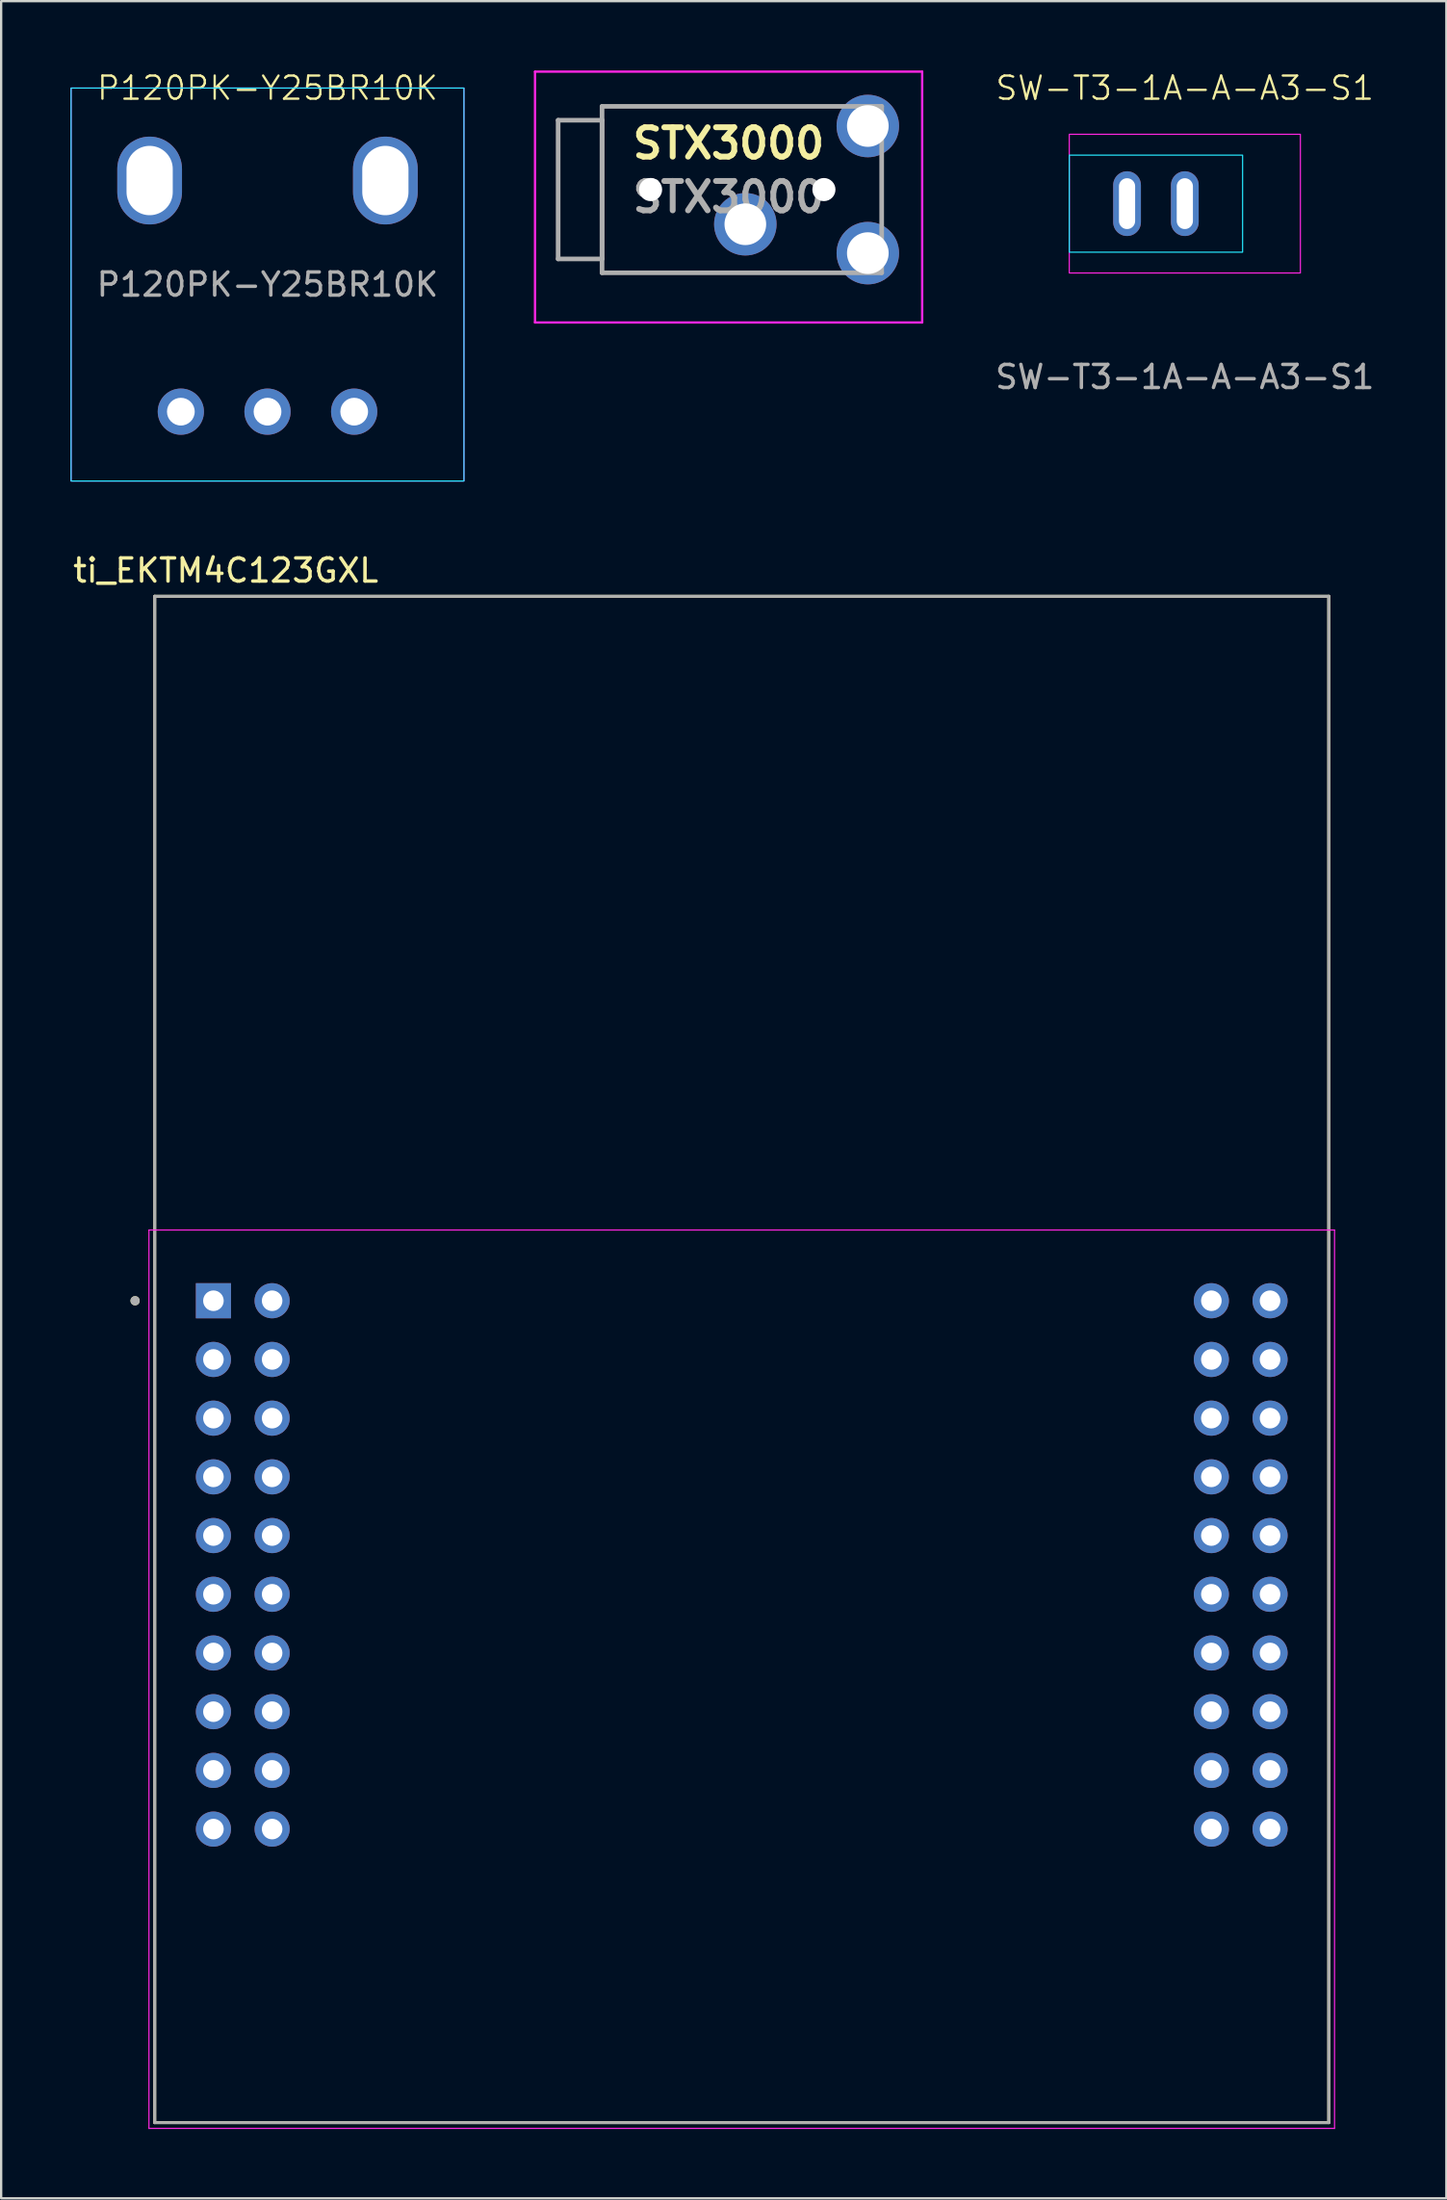
<source format=kicad_pcb>
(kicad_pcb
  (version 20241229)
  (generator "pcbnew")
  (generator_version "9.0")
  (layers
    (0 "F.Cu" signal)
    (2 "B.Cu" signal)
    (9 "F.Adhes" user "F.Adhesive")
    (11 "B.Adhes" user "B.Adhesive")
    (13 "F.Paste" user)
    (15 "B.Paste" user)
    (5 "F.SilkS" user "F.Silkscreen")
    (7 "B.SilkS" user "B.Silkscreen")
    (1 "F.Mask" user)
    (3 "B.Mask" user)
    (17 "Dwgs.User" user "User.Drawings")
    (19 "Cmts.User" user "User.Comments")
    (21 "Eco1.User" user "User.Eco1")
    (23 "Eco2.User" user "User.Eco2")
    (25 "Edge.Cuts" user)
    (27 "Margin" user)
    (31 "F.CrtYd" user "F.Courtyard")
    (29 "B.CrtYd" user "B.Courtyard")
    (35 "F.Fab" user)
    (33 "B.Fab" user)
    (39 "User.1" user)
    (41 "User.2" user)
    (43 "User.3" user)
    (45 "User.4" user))
  (footprint "ti_EKTM4C123GXL"
    (layer "F.Cu")
    (at 29.045 55.769)
    (property "Reference" "ti_EKTM4C123GXL" (at -22.325 -34.135 0) (layer "F.SilkS") (effects (font (size 1 1) (thickness 0.15))))
    (attr through_hole)
    (fp_line (start -25.4 -33.02) (end -25.4 33.02) (stroke (width 0.127) (type solid)) (layer "F.SilkS"))
    (fp_line (start -25.4 33.02) (end 25.4 33.02) (stroke (width 0.127) (type solid)) (layer "F.SilkS"))
    (fp_line (start 25.4 -33.02) (end -25.4 -33.02) (stroke (width 0.127) (type solid)) (layer "F.SilkS"))
    (fp_line (start 25.4 33.02) (end 25.4 -33.02) (stroke (width 0.127) (type solid)) (layer "F.SilkS"))
    (fp_circle (center -26.25 -2.54) (end -26.15 -2.54) (stroke (width 0.2) (type solid)) (fill no) (layer "F.SilkS"))
    (fp_line (start -25.65 -5.6) (end 25.65 -5.6) (stroke (width 0.05) (type solid)) (layer "F.CrtYd"))
    (fp_line (start -25.65 33.27) (end -25.65 -5.6) (stroke (width 0.05) (type solid)) (layer "F.CrtYd"))
    (fp_line (start 25.65 -5.6) (end 25.65 33.27) (stroke (width 0.05) (type solid)) (layer "F.CrtYd"))
    (fp_line (start 25.65 33.27) (end -25.65 33.27) (stroke (width 0.05) (type solid)) (layer "F.CrtYd"))
    (fp_line (start -25.4 -33.02) (end -25.4 33.02) (stroke (width 0.127) (type solid)) (layer "F.Fab"))
    (fp_line (start -25.4 33.02) (end 25.4 33.02) (stroke (width 0.127) (type solid)) (layer "F.Fab"))
    (fp_line (start 25.4 -33.02) (end -25.4 -33.02) (stroke (width 0.127) (type solid)) (layer "F.Fab"))
    (fp_line (start 25.4 33.02) (end 25.4 -33.02) (stroke (width 0.127) (type solid)) (layer "F.Fab"))
    (fp_circle (center -26.25 -2.54) (end -26.15 -2.54) (stroke (width 0.2) (type solid)) (fill no) (layer "F.Fab"))
    (pad "J1_1" thru_hole rect (at -22.86 -2.54) (size 1.52 1.52) (drill 0.89) (layers "*.Cu" "*.Mask"))
    (pad "J1_2" thru_hole circle (at -22.86 0) (size 1.52 1.52) (drill 0.89) (layers "*.Cu" "*.Mask"))
    (pad "J1_3" thru_hole circle (at -22.86 2.54) (size 1.52 1.52) (drill 0.89) (layers "*.Cu" "*.Mask"))
    (pad "J1_4" thru_hole circle (at -22.86 5.08) (size 1.52 1.52) (drill 0.89) (layers "*.Cu" "*.Mask"))
    (pad "J1_5" thru_hole circle (at -22.86 7.62) (size 1.52 1.52) (drill 0.89) (layers "*.Cu" "*.Mask"))
    (pad "J1_6" thru_hole circle (at -22.86 10.16) (size 1.52 1.52) (drill 0.89) (layers "*.Cu" "*.Mask"))
    (pad "J1_7" thru_hole circle (at -22.86 12.7) (size 1.52 1.52) (drill 0.89) (layers "*.Cu" "*.Mask"))
    (pad "J1_8" thru_hole circle (at -22.86 15.24) (size 1.52 1.52) (drill 0.89) (layers "*.Cu" "*.Mask"))
    (pad "J1_9" thru_hole circle (at -22.86 17.78) (size 1.52 1.52) (drill 0.89) (layers "*.Cu" "*.Mask"))
    (pad "J1_10" thru_hole circle (at -22.86 20.32) (size 1.52 1.52) (drill 0.89) (layers "*.Cu" "*.Mask"))
    (pad "J2_1" thru_hole circle (at 22.86 -2.54) (size 1.52 1.52) (drill 0.89) (layers "*.Cu" "*.Mask"))
    (pad "J2_2" thru_hole circle (at 22.86 0) (size 1.52 1.52) (drill 0.89) (layers "*.Cu" "*.Mask"))
    (pad "J2_3" thru_hole circle (at 22.86 2.54) (size 1.52 1.52) (drill 0.89) (layers "*.Cu" "*.Mask"))
    (pad "J2_4" thru_hole circle (at 22.86 5.08) (size 1.52 1.52) (drill 0.89) (layers "*.Cu" "*.Mask"))
    (pad "J2_5" thru_hole circle (at 22.86 7.62) (size 1.52 1.52) (drill 0.89) (layers "*.Cu" "*.Mask"))
    (pad "J2_6" thru_hole circle (at 22.86 10.16) (size 1.52 1.52) (drill 0.89) (layers "*.Cu" "*.Mask"))
    (pad "J2_7" thru_hole circle (at 22.86 12.7) (size 1.52 1.52) (drill 0.89) (layers "*.Cu" "*.Mask"))
    (pad "J2_8" thru_hole circle (at 22.86 15.24) (size 1.52 1.52) (drill 0.89) (layers "*.Cu" "*.Mask"))
    (pad "J2_9" thru_hole circle (at 22.86 17.78) (size 1.52 1.52) (drill 0.89) (layers "*.Cu" "*.Mask"))
    (pad "J2_10" thru_hole circle (at 22.86 20.32) (size 1.52 1.52) (drill 0.89) (layers "*.Cu" "*.Mask"))
    (pad "J3_1" thru_hole circle (at -20.32 -2.54) (size 1.52 1.52) (drill 0.89) (layers "*.Cu" "*.Mask"))
    (pad "J3_2" thru_hole circle (at -20.32 0) (size 1.52 1.52) (drill 0.89) (layers "*.Cu" "*.Mask"))
    (pad "J3_3" thru_hole circle (at -20.32 2.54) (size 1.52 1.52) (drill 0.89) (layers "*.Cu" "*.Mask"))
    (pad "J3_4" thru_hole circle (at -20.32 5.08) (size 1.52 1.52) (drill 0.89) (layers "*.Cu" "*.Mask"))
    (pad "J3_5" thru_hole circle (at -20.32 7.62) (size 1.52 1.52) (drill 0.89) (layers "*.Cu" "*.Mask"))
    (pad "J3_6" thru_hole circle (at -20.32 10.16) (size 1.52 1.52) (drill 0.89) (layers "*.Cu" "*.Mask"))
    (pad "J3_7" thru_hole circle (at -20.32 12.7) (size 1.52 1.52) (drill 0.89) (layers "*.Cu" "*.Mask"))
    (pad "J3_8" thru_hole circle (at -20.32 15.24) (size 1.52 1.52) (drill 0.89) (layers "*.Cu" "*.Mask"))
    (pad "J3_9" thru_hole circle (at -20.32 17.78) (size 1.52 1.52) (drill 0.89) (layers "*.Cu" "*.Mask"))
    (pad "J3_10" thru_hole circle (at -20.32 20.32) (size 1.52 1.52) (drill 0.89) (layers "*.Cu" "*.Mask"))
    (pad "J4_1" thru_hole circle (at 20.32 -2.54) (size 1.52 1.52) (drill 0.89) (layers "*.Cu" "*.Mask"))
    (pad "J4_2" thru_hole circle (at 20.32 0) (size 1.52 1.52) (drill 0.89) (layers "*.Cu" "*.Mask"))
    (pad "J4_3" thru_hole circle (at 20.32 2.54) (size 1.52 1.52) (drill 0.89) (layers "*.Cu" "*.Mask"))
    (pad "J4_4" thru_hole circle (at 20.32 5.08) (size 1.52 1.52) (drill 0.89) (layers "*.Cu" "*.Mask"))
    (pad "J4_5" thru_hole circle (at 20.32 7.62) (size 1.52 1.52) (drill 0.89) (layers "*.Cu" "*.Mask"))
    (pad "J4_6" thru_hole circle (at 20.32 10.16) (size 1.52 1.52) (drill 0.89) (layers "*.Cu" "*.Mask"))
    (pad "J4_7" thru_hole circle (at 20.32 12.7) (size 1.52 1.52) (drill 0.89) (layers "*.Cu" "*.Mask"))
    (pad "J4_8" thru_hole circle (at 20.32 15.24) (size 1.52 1.52) (drill 0.89) (layers "*.Cu" "*.Mask"))
    (pad "J4_9" thru_hole circle (at 20.32 17.78) (size 1.52 1.52) (drill 0.89) (layers "*.Cu" "*.Mask"))
    (pad "J4_10" thru_hole circle (at 20.32 20.32) (size 1.52 1.52) (drill 0.89) (layers "*.Cu" "*.Mask")))
  (footprint "P120PK-Y25BR10K"
    (layer "F.Cu")
    (at 8.525 14.761)
    (property "Reference" "P120PK-Y25BR10K" (at 0 -14 0) (unlocked yes) (layer "F.SilkS") (effects (font (size 1 1) (thickness 0.1))))
    (attr through_hole)
    (fp_rect (start -8.5 -14) (end 8.5 3) (stroke (width 0.05) (type default)) (fill no) (layer "B.CrtYd"))
    (fp_rect (start -8.5 -14) (end 8.5 3) (stroke (width 0.05) (type default)) (fill no) (layer "F.CrtYd"))
    (fp_text user "${REFERENCE}" (at 0 -5.5 0) (unlocked yes) (layer "F.Fab") (effects (font (size 1 1) (thickness 0.15))))
    (pad "1" thru_hole circle (at -3.75 0) (size 2 2) (drill 1.2) (layers "*.Cu" "*.Mask"))
    (pad "2" thru_hole circle (at 0 0) (size 2 2) (drill 1.2) (layers "*.Cu" "*.Mask"))
    (pad "3" thru_hole circle (at 3.75 0) (size 2 2) (drill 1.2) (layers "*.Cu" "*.Mask"))
    (pad "4" thru_hole oval (at -5.1 -10) (size 2.8 3.8) (drill oval 2 3) (layers "*.Cu" "*.Mask"))
    (pad "5" thru_hole oval (at 5.1 -10) (size 2.8 3.8) (drill oval 2 3) (layers "*.Cu" "*.Mask")))
  (footprint "SW-T3-1A-A-A3-S1"
    (layer "F.Cu")
    (at 48.217 5.761)
    (property "Reference" "SW-T3-1A-A-A3-S1" (at 0 -5 0) (unlocked yes) (layer "F.SilkS") (effects (font (size 1 1) (thickness 0.1))))
    (attr through_hole)
    (fp_rect (start -5 -2.1) (end 2.5 2.1) (stroke (width 0.05) (type default)) (fill no) (layer "B.CrtYd"))
    (fp_rect (start -5 -3) (end 5 3) (stroke (width 0.05) (type default)) (fill no) (layer "F.CrtYd"))
    (fp_text user "${REFERENCE}" (at 0 7.5 0) (unlocked yes) (layer "F.Fab") (effects (font (size 1 1) (thickness 0.15))))
    (pad "1" thru_hole oval (at -2.5 0) (size 1.2 2.8) (drill oval 0.7 2.2) (layers "*.Cu" "*.Mask"))
    (pad "2" thru_hole oval (at 0 0) (size 1.2 2.8) (drill oval 0.7 2.2) (layers "*.Cu" "*.Mask")))
  (footprint "STX3000"
    (layer "F.Cu")
    (at 29.2 6.652)
    (property "Reference" "STX3000" (at -0.724 -3.5 0) (layer "F.SilkS") (effects (font (size 1.27 1.27) (thickness 0.254))))
    (attr through_hole)
    (fp_line (start -6.2 -5.1) (end -6.2 -5.1) (stroke (width 0.1) (type solid)) (layer "F.SilkS"))
    (fp_line (start -6.2 -5.1) (end -6.2 -5.1) (stroke (width 0.1) (type solid)) (layer "F.SilkS"))
    (fp_line (start -6.2 -5.1) (end -6.2 -4.5) (stroke (width 0.1) (type solid)) (layer "F.SilkS"))
    (fp_line (start -6.2 -5.1) (end 3.3 -5.1) (stroke (width 0.1) (type solid)) (layer "F.SilkS"))
    (fp_line (start -6.2 -4.5) (end -6.2 -5.1) (stroke (width 0.1) (type solid)) (layer "F.SilkS"))
    (fp_line (start -6.2 -4.5) (end -6.2 -4.5) (stroke (width 0.1) (type solid)) (layer "F.SilkS"))
    (fp_line (start -6.2 1.5) (end -6.2 -4.5) (stroke (width 0.1) (type solid)) (layer "F.SilkS"))
    (fp_line (start -6.2 1.5) (end -6.2 1.5) (stroke (width 0.1) (type solid)) (layer "F.SilkS"))
    (fp_line (start -6.2 1.5) (end -6.2 2.1) (stroke (width 0.1) (type solid)) (layer "F.SilkS"))
    (fp_line (start -6.2 2.1) (end -6.2 1.5) (stroke (width 0.1) (type solid)) (layer "F.SilkS"))
    (fp_line (start -6.2 2.1) (end -6.2 2.1) (stroke (width 0.1) (type solid)) (layer "F.SilkS"))
    (fp_line (start -6.2 2.1) (end -6.2 2.1) (stroke (width 0.1) (type solid)) (layer "F.SilkS"))
    (fp_line (start -6.2 2.1) (end 3.3 2.1) (stroke (width 0.1) (type solid)) (layer "F.SilkS"))
    (fp_line (start 3.3 -5.1) (end -6.2 -5.1) (stroke (width 0.1) (type solid)) (layer "F.SilkS"))
    (fp_line (start 3.3 -5.1) (end 3.3 -5.1) (stroke (width 0.1) (type solid)) (layer "F.SilkS"))
    (fp_line (start 3.3 2.1) (end -6.2 2.1) (stroke (width 0.1) (type solid)) (layer "F.SilkS"))
    (fp_line (start 3.3 2.1) (end 3.3 2.1) (stroke (width 0.1) (type solid)) (layer "F.SilkS"))
    (fp_line (start -9.1 -6.602) (end -9.1 4.25) (stroke (width 0.1) (type solid)) (layer "F.CrtYd"))
    (fp_line (start -9.1 4.25) (end 7.652 4.25) (stroke (width 0.1) (type solid)) (layer "F.CrtYd"))
    (fp_line (start 7.652 -6.602) (end -9.1 -6.602) (stroke (width 0.1) (type solid)) (layer "F.CrtYd"))
    (fp_line (start 7.652 4.25) (end 7.652 -6.602) (stroke (width 0.1) (type solid)) (layer "F.CrtYd"))
    (fp_line (start -8.1 -4.5) (end -8.1 1.5) (stroke (width 0.2) (type solid)) (layer "F.Fab"))
    (fp_line (start -8.1 1.5) (end -6.2 1.5) (stroke (width 0.2) (type solid)) (layer "F.Fab"))
    (fp_line (start -6.2 -5.1) (end 5.9 -5.1) (stroke (width 0.2) (type solid)) (layer "F.Fab"))
    (fp_line (start -6.2 -4.5) (end -8.1 -4.5) (stroke (width 0.2) (type solid)) (layer "F.Fab"))
    (fp_line (start -6.2 1.5) (end -6.2 -4.5) (stroke (width 0.2) (type solid)) (layer "F.Fab"))
    (fp_line (start -6.2 2.1) (end -6.2 -5.1) (stroke (width 0.2) (type solid)) (layer "F.Fab"))
    (fp_line (start 5.9 -5.1) (end 5.9 2.1) (stroke (width 0.2) (type solid)) (layer "F.Fab"))
    (fp_line (start 5.9 2.1) (end -6.2 2.1) (stroke (width 0.2) (type solid)) (layer "F.Fab"))
    (fp_text user "${REFERENCE}" (at -0.724 -1.176 0) (layer "F.Fab") (effects (font (size 1.27 1.27) (thickness 0.254))))
    (pad "" np_thru_hole circle (at -4.1 -1.5) (size 1 1) (drill 1) (layers "*.Cu" "*.Mask"))
    (pad "" np_thru_hole circle (at 3.4 -1.5) (size 1 1) (drill 1) (layers "*.Cu" "*.Mask"))
    (pad "R" thru_hole circle (at 5.3 -4.25) (size 2.704 2.704) (drill 1.803) (layers "*.Cu" "*.Mask"))
    (pad "S" thru_hole circle (at 0 0) (size 2.704 2.704) (drill 1.803) (layers "*.Cu" "*.Mask"))
    (pad "T" thru_hole circle (at 5.3 1.25) (size 2.704 2.704) (drill 1.803) (layers "*.Cu" "*.Mask")))
  (gr_rect
    (start -3 -3)
    (end 59.533 92.064)
    (stroke (width 0.1) (type default))
    (fill no)
    (layer "Edge.Cuts")))
</source>
